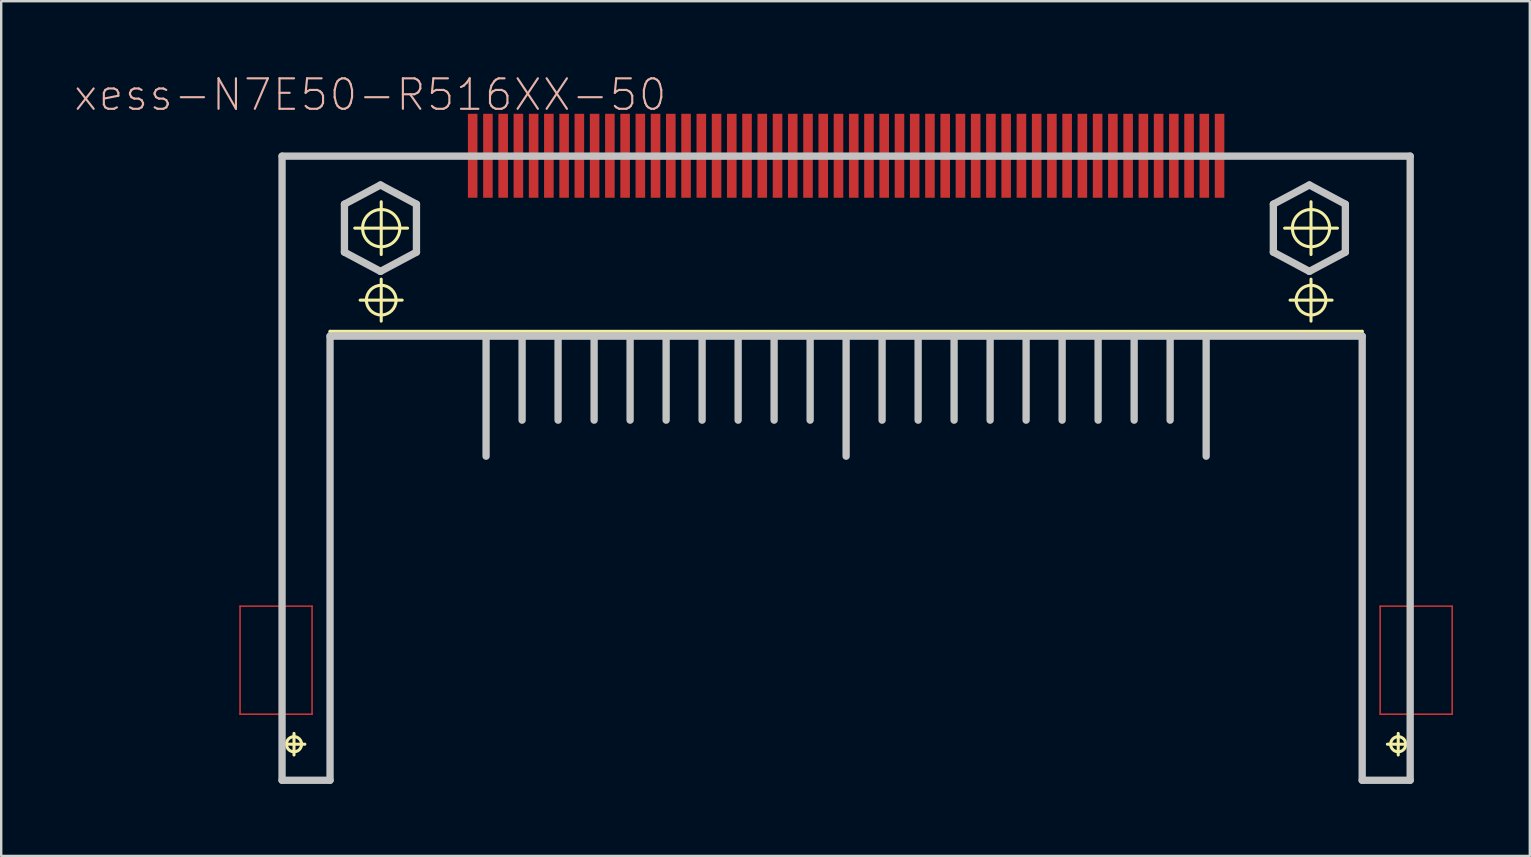
<source format=kicad_pcb>
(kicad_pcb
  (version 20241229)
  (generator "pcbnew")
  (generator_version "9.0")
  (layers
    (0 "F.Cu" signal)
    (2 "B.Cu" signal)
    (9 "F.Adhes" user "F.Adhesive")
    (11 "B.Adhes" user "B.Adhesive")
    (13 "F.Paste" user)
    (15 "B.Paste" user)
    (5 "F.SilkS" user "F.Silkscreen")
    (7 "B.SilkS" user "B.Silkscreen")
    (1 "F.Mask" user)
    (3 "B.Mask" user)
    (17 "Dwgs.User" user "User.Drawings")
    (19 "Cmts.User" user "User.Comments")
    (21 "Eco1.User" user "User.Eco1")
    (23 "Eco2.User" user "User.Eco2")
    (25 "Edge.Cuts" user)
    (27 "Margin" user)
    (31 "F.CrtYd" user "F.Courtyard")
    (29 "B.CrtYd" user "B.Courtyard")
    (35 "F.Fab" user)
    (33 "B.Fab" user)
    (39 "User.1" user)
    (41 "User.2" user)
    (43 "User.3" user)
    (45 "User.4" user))
  (footprint "xess-N7E50-R516XX-50"
    (layer "F.Cu")
    (at 32.198 9.454)
    (property "Reference" "xess-N7E50-R516XX-50" (at -19.825 -8.555 0) (layer "B.SilkS") (effects (font (size 1.27 1.27) (thickness 0.089))))
    (attr smd)
    (fp_line (start -25.248 12.748) (end -22.248 12.748) (stroke (width 0.066) (type solid)) (layer "F.Cu"))
    (fp_line (start -25.248 17.249) (end -25.248 12.748) (stroke (width 0.066) (type solid)) (layer "F.Cu"))
    (fp_line (start -25.248 17.249) (end -22.248 17.249) (stroke (width 0.066) (type solid)) (layer "F.Cu"))
    (fp_line (start -22.248 17.249) (end -22.248 12.748) (stroke (width 0.066) (type solid)) (layer "F.Cu"))
    (fp_line (start 22.248 12.748) (end 25.248 12.748) (stroke (width 0.066) (type solid)) (layer "F.Cu"))
    (fp_line (start 22.248 17.249) (end 22.248 12.748) (stroke (width 0.066) (type solid)) (layer "F.Cu"))
    (fp_line (start 22.248 17.249) (end 25.248 17.249) (stroke (width 0.066) (type solid)) (layer "F.Cu"))
    (fp_line (start 25.248 17.249) (end 25.248 12.748) (stroke (width 0.066) (type solid)) (layer "F.Cu"))
    (fp_line (start -25.448 12.548) (end -22.05 12.548) (stroke (width 0.066) (type solid)) (layer "F.Mask"))
    (fp_line (start -25.448 17.45) (end -25.448 12.548) (stroke (width 0.066) (type solid)) (layer "F.Mask"))
    (fp_line (start -25.448 17.45) (end -22.05 17.45) (stroke (width 0.066) (type solid)) (layer "F.Mask"))
    (fp_line (start -22.05 17.45) (end -22.05 12.548) (stroke (width 0.066) (type solid)) (layer "F.Mask"))
    (fp_line (start 22.05 12.548) (end 25.448 12.548) (stroke (width 0.066) (type solid)) (layer "F.Mask"))
    (fp_line (start 22.05 17.45) (end 22.05 12.548) (stroke (width 0.066) (type solid)) (layer "F.Mask"))
    (fp_line (start 22.05 17.45) (end 25.448 17.45) (stroke (width 0.066) (type solid)) (layer "F.Mask"))
    (fp_line (start 25.448 17.45) (end 25.448 12.548) (stroke (width 0.066) (type solid)) (layer "F.Mask"))
    (fp_line (start -23.498 -5.999) (end -23.498 12.499) (stroke (width 0.127) (type solid)) (layer "F.SilkS"))
    (fp_line (start -23.498 20) (end -23.498 17.498) (stroke (width 0.127) (type solid)) (layer "F.SilkS"))
    (fp_line (start -23.498 20) (end -21.499 20) (stroke (width 0.127) (type solid)) (layer "F.SilkS"))
    (fp_line (start -23.449 18.499) (end -22.548 18.499) (stroke (width 0.127) (type solid)) (layer "F.SilkS"))
    (fp_line (start -23 18.948) (end -23 18.049) (stroke (width 0.127) (type solid)) (layer "F.SilkS"))
    (fp_line (start -21.499 1.298) (end 21.499 1.298) (stroke (width 0.127) (type solid)) (layer "F.SilkS"))
    (fp_line (start -21.499 20) (end -21.499 1.298) (stroke (width 0.127) (type solid)) (layer "F.SilkS"))
    (fp_line (start -20.47 -3) (end -18.268 -3) (stroke (width 0.127) (type solid)) (layer "F.SilkS"))
    (fp_line (start -20.244 0) (end -18.494 0) (stroke (width 0.127) (type solid)) (layer "F.SilkS"))
    (fp_line (start -19.367 -1.9) (end -19.367 -4.1) (stroke (width 0.127) (type solid)) (layer "F.SilkS"))
    (fp_line (start -19.367 0.874) (end -19.367 -0.874) (stroke (width 0.127) (type solid)) (layer "F.SilkS"))
    (fp_line (start -16.5 -5.999) (end -23.498 -5.999) (stroke (width 0.127) (type solid)) (layer "F.SilkS"))
    (fp_line (start 18.268 -3) (end 20.47 -3) (stroke (width 0.127) (type solid)) (layer "F.SilkS"))
    (fp_line (start 18.494 0) (end 20.244 0) (stroke (width 0.127) (type solid)) (layer "F.SilkS"))
    (fp_line (start 19.367 -1.9) (end 19.367 -4.1) (stroke (width 0.127) (type solid)) (layer "F.SilkS"))
    (fp_line (start 19.367 0.874) (end 19.367 -0.874) (stroke (width 0.127) (type solid)) (layer "F.SilkS"))
    (fp_line (start 21.499 1.298) (end 21.499 20) (stroke (width 0.127) (type solid)) (layer "F.SilkS"))
    (fp_line (start 21.499 20) (end 23.498 20) (stroke (width 0.127) (type solid)) (layer "F.SilkS"))
    (fp_line (start 22.548 18.499) (end 23.449 18.499) (stroke (width 0.127) (type solid)) (layer "F.SilkS"))
    (fp_line (start 23 18.948) (end 23 18.049) (stroke (width 0.127) (type solid)) (layer "F.SilkS"))
    (fp_line (start 23.498 -5.999) (end 16.5 -5.999) (stroke (width 0.127) (type solid)) (layer "F.SilkS"))
    (fp_line (start 23.498 -5.999) (end 23.498 12.499) (stroke (width 0.127) (type solid)) (layer "F.SilkS"))
    (fp_line (start 23.498 20) (end 23.498 17.498) (stroke (width 0.127) (type solid)) (layer "F.SilkS"))
    (fp_circle (center -23 18.499) (end -23.223 18.722) (stroke (width 0.127) (type solid)) (fill no) (layer "F.SilkS"))
    (fp_circle (center -19.367 -3) (end -19.916 -3.548) (stroke (width 0.127) (type solid)) (fill no) (layer "F.SilkS"))
    (fp_circle (center -19.367 0) (end -19.804 0.437) (stroke (width 0.127) (type solid)) (fill no) (layer "F.SilkS"))
    (fp_circle (center 19.367 -3) (end 19.916 -3.548) (stroke (width 0.127) (type solid)) (fill no) (layer "F.SilkS"))
    (fp_circle (center 19.367 0) (end 19.804 0.437) (stroke (width 0.127) (type solid)) (fill no) (layer "F.SilkS"))
    (fp_circle (center 23 18.499) (end 23.223 18.722) (stroke (width 0.127) (type solid)) (fill no) (layer "F.SilkS"))
    (fp_line (start -25.248 12.748) (end -22.248 12.748) (stroke (width 0.066) (type solid)) (layer "F.Paste"))
    (fp_line (start -25.248 17.249) (end -25.248 12.748) (stroke (width 0.066) (type solid)) (layer "F.Paste"))
    (fp_line (start -25.248 17.249) (end -22.248 17.249) (stroke (width 0.066) (type solid)) (layer "F.Paste"))
    (fp_line (start -22.248 17.249) (end -22.248 12.748) (stroke (width 0.066) (type solid)) (layer "F.Paste"))
    (fp_line (start 22.248 12.748) (end 25.248 12.748) (stroke (width 0.066) (type solid)) (layer "F.Paste"))
    (fp_line (start 22.248 17.249) (end 22.248 12.748) (stroke (width 0.066) (type solid)) (layer "F.Paste"))
    (fp_line (start 22.248 17.249) (end 25.248 17.249) (stroke (width 0.066) (type solid)) (layer "F.Paste"))
    (fp_line (start 25.248 17.249) (end 25.248 12.748) (stroke (width 0.066) (type solid)) (layer "F.Paste"))
    (fp_line (start -23.498 -5.999) (end -23.498 20) (stroke (width 0.305) (type solid)) (layer "Dwgs.User"))
    (fp_line (start -23.498 20) (end -21.499 20) (stroke (width 0.305) (type solid)) (layer "Dwgs.User"))
    (fp_line (start -21.499 1.499) (end 21.499 1.499) (stroke (width 0.305) (type solid)) (layer "Dwgs.User"))
    (fp_line (start -21.499 20) (end -21.499 1.499) (stroke (width 0.305) (type solid)) (layer "Dwgs.User"))
    (fp_line (start -20.899 -3.998) (end -20.899 -1.999) (stroke (width 0.305) (type solid)) (layer "Dwgs.User"))
    (fp_line (start -20.899 -1.999) (end -19.398 -1.199) (stroke (width 0.305) (type solid)) (layer "Dwgs.User"))
    (fp_line (start -19.398 -4.798) (end -20.899 -3.998) (stroke (width 0.305) (type solid)) (layer "Dwgs.User"))
    (fp_line (start -19.398 -1.199) (end -17.899 -1.999) (stroke (width 0.305) (type solid)) (layer "Dwgs.User"))
    (fp_line (start -17.899 -3.998) (end -19.398 -4.798) (stroke (width 0.305) (type solid)) (layer "Dwgs.User"))
    (fp_line (start -17.899 -1.999) (end -17.899 -3.998) (stroke (width 0.305) (type solid)) (layer "Dwgs.User"))
    (fp_line (start -14.999 1.499) (end -14.999 6.5) (stroke (width 0.305) (type solid)) (layer "Dwgs.User"))
    (fp_line (start -13.498 1.499) (end -13.498 4.999) (stroke (width 0.305) (type solid)) (layer "Dwgs.User"))
    (fp_line (start -11.999 1.499) (end -11.999 4.999) (stroke (width 0.305) (type solid)) (layer "Dwgs.User"))
    (fp_line (start -10.498 1.499) (end -10.498 4.999) (stroke (width 0.305) (type solid)) (layer "Dwgs.User"))
    (fp_line (start -8.999 1.499) (end -8.999 4.999) (stroke (width 0.305) (type solid)) (layer "Dwgs.User"))
    (fp_line (start -7.498 1.499) (end -7.498 4.999) (stroke (width 0.305) (type solid)) (layer "Dwgs.User"))
    (fp_line (start -5.999 1.499) (end -5.999 4.999) (stroke (width 0.305) (type solid)) (layer "Dwgs.User"))
    (fp_line (start -4.498 1.499) (end -4.498 4.999) (stroke (width 0.305) (type solid)) (layer "Dwgs.User"))
    (fp_line (start -3 1.499) (end -3 4.999) (stroke (width 0.305) (type solid)) (layer "Dwgs.User"))
    (fp_line (start -1.499 1.499) (end -1.499 4.999) (stroke (width 0.305) (type solid)) (layer "Dwgs.User"))
    (fp_line (start 0 1.499) (end 0 6.5) (stroke (width 0.305) (type solid)) (layer "Dwgs.User"))
    (fp_line (start 1.499 1.499) (end 1.499 4.999) (stroke (width 0.305) (type solid)) (layer "Dwgs.User"))
    (fp_line (start 3 1.499) (end 3 4.999) (stroke (width 0.305) (type solid)) (layer "Dwgs.User"))
    (fp_line (start 4.498 1.499) (end 4.498 4.999) (stroke (width 0.305) (type solid)) (layer "Dwgs.User"))
    (fp_line (start 5.999 1.499) (end 5.999 4.999) (stroke (width 0.305) (type solid)) (layer "Dwgs.User"))
    (fp_line (start 7.498 1.499) (end 7.498 4.999) (stroke (width 0.305) (type solid)) (layer "Dwgs.User"))
    (fp_line (start 8.999 1.499) (end 8.999 4.999) (stroke (width 0.305) (type solid)) (layer "Dwgs.User"))
    (fp_line (start 10.498 1.499) (end 10.498 4.999) (stroke (width 0.305) (type solid)) (layer "Dwgs.User"))
    (fp_line (start 11.999 1.499) (end 11.999 4.999) (stroke (width 0.305) (type solid)) (layer "Dwgs.User"))
    (fp_line (start 13.498 1.499) (end 13.498 4.999) (stroke (width 0.305) (type solid)) (layer "Dwgs.User"))
    (fp_line (start 14.999 1.499) (end 14.999 6.5) (stroke (width 0.305) (type solid)) (layer "Dwgs.User"))
    (fp_line (start 17.798 -3.998) (end 17.798 -1.999) (stroke (width 0.305) (type solid)) (layer "Dwgs.User"))
    (fp_line (start 17.798 -1.999) (end 19.299 -1.199) (stroke (width 0.305) (type solid)) (layer "Dwgs.User"))
    (fp_line (start 19.299 -4.798) (end 17.798 -3.998) (stroke (width 0.305) (type solid)) (layer "Dwgs.User"))
    (fp_line (start 19.299 -1.199) (end 20.798 -1.999) (stroke (width 0.305) (type solid)) (layer "Dwgs.User"))
    (fp_line (start 20.798 -3.998) (end 19.299 -4.798) (stroke (width 0.305) (type solid)) (layer "Dwgs.User"))
    (fp_line (start 20.798 -1.999) (end 20.798 -3.998) (stroke (width 0.305) (type solid)) (layer "Dwgs.User"))
    (fp_line (start 21.499 1.499) (end 21.499 20) (stroke (width 0.305) (type solid)) (layer "Dwgs.User"))
    (fp_line (start 21.499 20) (end 23.498 20) (stroke (width 0.305) (type solid)) (layer "Dwgs.User"))
    (fp_line (start 23.498 -5.999) (end -23.498 -5.999) (stroke (width 0.305) (type solid)) (layer "Dwgs.User"))
    (fp_line (start 23.498 20) (end 23.498 -5.999) (stroke (width 0.305) (type solid)) (layer "Dwgs.User"))
    (pad "1" smd rect (at 15.557 -6.015) (size 0.399 3.498) (layers "F.Cu" "F.Mask" "F.Paste"))
    (pad "2" smd rect (at 14.287 -6.015) (size 0.399 3.498) (layers "F.Cu" "F.Mask" "F.Paste"))
    (pad "3" smd rect (at 13.018 -6.015) (size 0.399 3.498) (layers "F.Cu" "F.Mask" "F.Paste"))
    (pad "4" smd rect (at 11.748 -6.015) (size 0.399 3.498) (layers "F.Cu" "F.Mask" "F.Paste"))
    (pad "5" smd rect (at 10.477 -6.015) (size 0.399 3.498) (layers "F.Cu" "F.Mask" "F.Paste"))
    (pad "6" smd rect (at 9.207 -6.015) (size 0.399 3.498) (layers "F.Cu" "F.Mask" "F.Paste"))
    (pad "7" smd rect (at 7.938 -6.015) (size 0.399 3.498) (layers "F.Cu" "F.Mask" "F.Paste"))
    (pad "8" smd rect (at 6.668 -6.015) (size 0.399 3.498) (layers "F.Cu" "F.Mask" "F.Paste"))
    (pad "9" smd rect (at 5.397 -6.015) (size 0.399 3.498) (layers "F.Cu" "F.Mask" "F.Paste"))
    (pad "10" smd rect (at 4.128 -6.015) (size 0.399 3.498) (layers "F.Cu" "F.Mask" "F.Paste"))
    (pad "11" smd rect (at 2.857 -6.015) (size 0.399 3.498) (layers "F.Cu" "F.Mask" "F.Paste"))
    (pad "12" smd rect (at 1.587 -6.015) (size 0.399 3.498) (layers "F.Cu" "F.Mask" "F.Paste"))
    (pad "13" smd rect (at 0.318 -6.015) (size 0.399 3.498) (layers "F.Cu" "F.Mask" "F.Paste"))
    (pad "14" smd rect (at -0.953 -6.015) (size 0.399 3.498) (layers "F.Cu" "F.Mask" "F.Paste"))
    (pad "15" smd rect (at -2.223 -6.015) (size 0.399 3.498) (layers "F.Cu" "F.Mask" "F.Paste"))
    (pad "16" smd rect (at -3.493 -6.015) (size 0.399 3.498) (layers "F.Cu" "F.Mask" "F.Paste"))
    (pad "17" smd rect (at -4.763 -6.015) (size 0.399 3.498) (layers "F.Cu" "F.Mask" "F.Paste"))
    (pad "18" smd rect (at -6.032 -6.015) (size 0.399 3.498) (layers "F.Cu" "F.Mask" "F.Paste"))
    (pad "19" smd rect (at -7.303 -6.015) (size 0.399 3.498) (layers "F.Cu" "F.Mask" "F.Paste"))
    (pad "20" smd rect (at -8.572 -6.015) (size 0.399 3.498) (layers "F.Cu" "F.Mask" "F.Paste"))
    (pad "21" smd rect (at -9.842 -6.015) (size 0.399 3.498) (layers "F.Cu" "F.Mask" "F.Paste"))
    (pad "22" smd rect (at -11.113 -6.015) (size 0.399 3.498) (layers "F.Cu" "F.Mask" "F.Paste"))
    (pad "23" smd rect (at -12.383 -6.015) (size 0.399 3.498) (layers "F.Cu" "F.Mask" "F.Paste"))
    (pad "24" smd rect (at -13.652 -6.015) (size 0.399 3.498) (layers "F.Cu" "F.Mask" "F.Paste"))
    (pad "25" smd rect (at -14.922 -6.015) (size 0.399 3.498) (layers "F.Cu" "F.Mask" "F.Paste"))
    (pad "26" smd rect (at 14.922 -6.015) (size 0.399 3.498) (layers "F.Cu" "F.Mask" "F.Paste"))
    (pad "27" smd rect (at 13.652 -6.015) (size 0.399 3.498) (layers "F.Cu" "F.Mask" "F.Paste"))
    (pad "28" smd rect (at 12.383 -6.015) (size 0.399 3.498) (layers "F.Cu" "F.Mask" "F.Paste"))
    (pad "29" smd rect (at 11.113 -6.015) (size 0.399 3.498) (layers "F.Cu" "F.Mask" "F.Paste"))
    (pad "30" smd rect (at 9.842 -6.015) (size 0.399 3.498) (layers "F.Cu" "F.Mask" "F.Paste"))
    (pad "31" smd rect (at 8.572 -6.015) (size 0.399 3.498) (layers "F.Cu" "F.Mask" "F.Paste"))
    (pad "32" smd rect (at 7.303 -6.015) (size 0.399 3.498) (layers "F.Cu" "F.Mask" "F.Paste"))
    (pad "33" smd rect (at 6.032 -6.015) (size 0.399 3.498) (layers "F.Cu" "F.Mask" "F.Paste"))
    (pad "34" smd rect (at 4.763 -6.015) (size 0.399 3.498) (layers "F.Cu" "F.Mask" "F.Paste"))
    (pad "35" smd rect (at 3.493 -6.015) (size 0.399 3.498) (layers "F.Cu" "F.Mask" "F.Paste"))
    (pad "36" smd rect (at 2.223 -6.015) (size 0.399 3.498) (layers "F.Cu" "F.Mask" "F.Paste"))
    (pad "37" smd rect (at 0.953 -6.015) (size 0.399 3.498) (layers "F.Cu" "F.Mask" "F.Paste"))
    (pad "38" smd rect (at -0.318 -6.015) (size 0.399 3.498) (layers "F.Cu" "F.Mask" "F.Paste"))
    (pad "39" smd rect (at -1.587 -6.015) (size 0.399 3.498) (layers "F.Cu" "F.Mask" "F.Paste"))
    (pad "40" smd rect (at -2.857 -6.015) (size 0.399 3.498) (layers "F.Cu" "F.Mask" "F.Paste"))
    (pad "41" smd rect (at -4.128 -6.015) (size 0.399 3.498) (layers "F.Cu" "F.Mask" "F.Paste"))
    (pad "42" smd rect (at -5.397 -6.015) (size 0.399 3.498) (layers "F.Cu" "F.Mask" "F.Paste"))
    (pad "43" smd rect (at -6.668 -6.015) (size 0.399 3.498) (layers "F.Cu" "F.Mask" "F.Paste"))
    (pad "44" smd rect (at -7.938 -6.015) (size 0.399 3.498) (layers "F.Cu" "F.Mask" "F.Paste"))
    (pad "45" smd rect (at -9.207 -6.015) (size 0.399 3.498) (layers "F.Cu" "F.Mask" "F.Paste"))
    (pad "46" smd rect (at -10.477 -6.015) (size 0.399 3.498) (layers "F.Cu" "F.Mask" "F.Paste"))
    (pad "47" smd rect (at -11.748 -6.015) (size 0.399 3.498) (layers "F.Cu" "F.Mask" "F.Paste"))
    (pad "48" smd rect (at -13.018 -6.015) (size 0.399 3.498) (layers "F.Cu" "F.Mask" "F.Paste"))
    (pad "49" smd rect (at -14.287 -6.015) (size 0.399 3.498) (layers "F.Cu" "F.Mask" "F.Paste"))
    (pad "50" smd rect (at -15.557 -6.015) (size 0.399 3.498) (layers "F.Cu" "F.Mask" "F.Paste")))
  (gr_rect
    (start -3 -3)
    (end 60.68 32.606)
    (stroke (width 0.1) (type default))
    (fill no)
    (layer "Edge.Cuts")))
</source>
